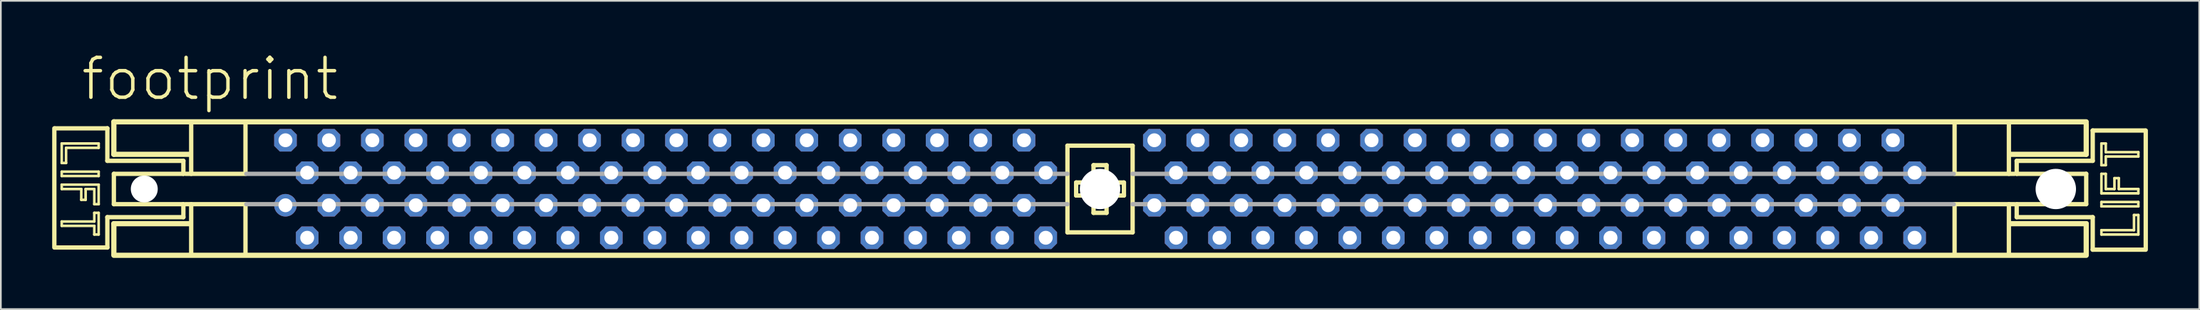
<source format=kicad_pcb>
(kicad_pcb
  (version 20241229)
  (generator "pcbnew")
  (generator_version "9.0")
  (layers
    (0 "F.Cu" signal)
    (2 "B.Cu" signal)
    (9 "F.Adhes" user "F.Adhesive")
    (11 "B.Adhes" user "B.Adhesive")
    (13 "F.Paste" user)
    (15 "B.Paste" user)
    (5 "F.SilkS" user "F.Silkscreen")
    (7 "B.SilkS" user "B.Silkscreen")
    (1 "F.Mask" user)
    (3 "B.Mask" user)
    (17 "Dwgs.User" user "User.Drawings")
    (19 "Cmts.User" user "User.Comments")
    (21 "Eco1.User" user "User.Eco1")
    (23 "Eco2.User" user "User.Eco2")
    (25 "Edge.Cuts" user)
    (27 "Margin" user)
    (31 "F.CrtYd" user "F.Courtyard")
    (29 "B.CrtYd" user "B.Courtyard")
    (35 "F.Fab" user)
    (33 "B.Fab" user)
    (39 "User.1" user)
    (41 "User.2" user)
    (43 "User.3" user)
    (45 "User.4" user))
  (footprint "footprint"
    (layer "F.Cu")
    (at 61.265 8.026)
    (property "Reference" "footprint" (at -59.69 -5.08 0) (layer "F.SilkS") (effects (font (size 2.337 2.337) (thickness 0.203)) (justify left bottom)))
    (fp_line (start -61.138 -3.556) (end -61.138 3.429) (stroke (width 0.254) (type solid)) (layer "F.SilkS"))
    (fp_line (start -61.087 -3.556) (end -58.039 -3.556) (stroke (width 0.254) (type solid)) (layer "F.SilkS"))
    (fp_line (start -60.706 -2.667) (end -60.706 -1.524) (stroke (width 0.152) (type solid)) (layer "F.SilkS"))
    (fp_line (start -60.706 -1.524) (end -60.452 -1.524) (stroke (width 0.152) (type solid)) (layer "F.SilkS"))
    (fp_line (start -60.706 -1.016) (end -60.706 -0.762) (stroke (width 0.152) (type solid)) (layer "F.SilkS"))
    (fp_line (start -60.706 -0.762) (end -58.547 -0.762) (stroke (width 0.152) (type solid)) (layer "F.SilkS"))
    (fp_line (start -60.706 -0.254) (end -58.547 -0.254) (stroke (width 0.152) (type solid)) (layer "F.SilkS"))
    (fp_line (start -60.706 0) (end -60.706 -0.254) (stroke (width 0.152) (type solid)) (layer "F.SilkS"))
    (fp_line (start -60.706 1.905) (end -58.801 1.905) (stroke (width 0.152) (type solid)) (layer "F.SilkS"))
    (fp_line (start -60.706 2.159) (end -60.706 1.905) (stroke (width 0.152) (type solid)) (layer "F.SilkS"))
    (fp_line (start -60.452 -2.413) (end -58.547 -2.413) (stroke (width 0.152) (type solid)) (layer "F.SilkS"))
    (fp_line (start -60.452 -1.524) (end -60.452 -2.413) (stroke (width 0.152) (type solid)) (layer "F.SilkS"))
    (fp_line (start -59.563 0) (end -60.706 0) (stroke (width 0.152) (type solid)) (layer "F.SilkS"))
    (fp_line (start -59.563 0.635) (end -59.563 0) (stroke (width 0.152) (type solid)) (layer "F.SilkS"))
    (fp_line (start -59.309 0) (end -59.309 0.635) (stroke (width 0.152) (type solid)) (layer "F.SilkS"))
    (fp_line (start -59.309 0.635) (end -59.563 0.635) (stroke (width 0.152) (type solid)) (layer "F.SilkS"))
    (fp_line (start -58.801 0) (end -59.309 0) (stroke (width 0.152) (type solid)) (layer "F.SilkS"))
    (fp_line (start -58.801 0.889) (end -58.801 0) (stroke (width 0.152) (type solid)) (layer "F.SilkS"))
    (fp_line (start -58.801 1.397) (end -58.547 1.397) (stroke (width 0.152) (type solid)) (layer "F.SilkS"))
    (fp_line (start -58.801 1.905) (end -58.801 1.397) (stroke (width 0.152) (type solid)) (layer "F.SilkS"))
    (fp_line (start -58.801 2.159) (end -60.706 2.159) (stroke (width 0.152) (type solid)) (layer "F.SilkS"))
    (fp_line (start -58.801 2.667) (end -58.801 2.159) (stroke (width 0.152) (type solid)) (layer "F.SilkS"))
    (fp_line (start -58.547 -2.667) (end -60.706 -2.667) (stroke (width 0.152) (type solid)) (layer "F.SilkS"))
    (fp_line (start -58.547 -2.413) (end -58.547 -2.667) (stroke (width 0.152) (type solid)) (layer "F.SilkS"))
    (fp_line (start -58.547 -1.016) (end -60.706 -1.016) (stroke (width 0.152) (type solid)) (layer "F.SilkS"))
    (fp_line (start -58.547 -0.762) (end -58.547 -1.016) (stroke (width 0.152) (type solid)) (layer "F.SilkS"))
    (fp_line (start -58.547 -0.254) (end -58.547 0.889) (stroke (width 0.152) (type solid)) (layer "F.SilkS"))
    (fp_line (start -58.547 0.889) (end -58.801 0.889) (stroke (width 0.152) (type solid)) (layer "F.SilkS"))
    (fp_line (start -58.547 1.397) (end -58.547 2.667) (stroke (width 0.152) (type solid)) (layer "F.SilkS"))
    (fp_line (start -58.547 2.667) (end -58.801 2.667) (stroke (width 0.152) (type solid)) (layer "F.SilkS"))
    (fp_line (start -58.039 -3.556) (end -58.039 -1.651) (stroke (width 0.254) (type solid)) (layer "F.SilkS"))
    (fp_line (start -58.039 -1.651) (end -53.594 -1.651) (stroke (width 0.254) (type solid)) (layer "F.SilkS"))
    (fp_line (start -58.039 1.651) (end -58.039 3.429) (stroke (width 0.254) (type solid)) (layer "F.SilkS"))
    (fp_line (start -58.039 3.429) (end -61.087 3.429) (stroke (width 0.254) (type solid)) (layer "F.SilkS"))
    (fp_line (start -57.658 -3.937) (end -57.658 -2.032) (stroke (width 0.305) (type solid)) (layer "F.SilkS"))
    (fp_line (start -57.658 -3.937) (end 57.658 -3.937) (stroke (width 0.305) (type solid)) (layer "F.SilkS"))
    (fp_line (start -57.658 -2.032) (end -53.213 -2.032) (stroke (width 0.305) (type solid)) (layer "F.SilkS"))
    (fp_line (start -57.658 -0.889) (end -57.658 0.889) (stroke (width 0.254) (type solid)) (layer "F.SilkS"))
    (fp_line (start -57.658 0.889) (end -53.594 0.889) (stroke (width 0.254) (type solid)) (layer "F.SilkS"))
    (fp_line (start -57.658 2.032) (end -57.658 3.81) (stroke (width 0.305) (type solid)) (layer "F.SilkS"))
    (fp_line (start -57.658 2.032) (end -53.213 2.032) (stroke (width 0.305) (type solid)) (layer "F.SilkS"))
    (fp_line (start -53.594 -1.651) (end -53.594 -0.889) (stroke (width 0.254) (type solid)) (layer "F.SilkS"))
    (fp_line (start -53.594 -0.889) (end -57.658 -0.889) (stroke (width 0.254) (type solid)) (layer "F.SilkS"))
    (fp_line (start -53.594 0.889) (end -53.594 1.651) (stroke (width 0.254) (type solid)) (layer "F.SilkS"))
    (fp_line (start -53.594 1.651) (end -58.039 1.651) (stroke (width 0.254) (type solid)) (layer "F.SilkS"))
    (fp_line (start -53.467 -0.889) (end -50.038 -0.889) (stroke (width 0.254) (type solid)) (layer "F.SilkS"))
    (fp_line (start -53.467 0.889) (end -50.038 0.889) (stroke (width 0.254) (type solid)) (layer "F.SilkS"))
    (fp_line (start -53.137 -3.861) (end -53.137 -0.889) (stroke (width 0.254) (type solid)) (layer "F.SilkS"))
    (fp_line (start -53.137 0.889) (end -53.137 3.81) (stroke (width 0.254) (type solid)) (layer "F.SilkS"))
    (fp_line (start -49.962 -3.861) (end -49.962 -0.889) (stroke (width 0.254) (type solid)) (layer "F.SilkS"))
    (fp_line (start -49.962 0.889) (end -49.962 3.81) (stroke (width 0.254) (type solid)) (layer "F.SilkS"))
    (fp_line (start -1.905 -2.54) (end -1.905 2.54) (stroke (width 0.254) (type solid)) (layer "F.SilkS"))
    (fp_line (start -1.905 2.54) (end 1.905 2.54) (stroke (width 0.254) (type solid)) (layer "F.SilkS"))
    (fp_line (start -1.397 -0.381) (end -1.397 0.381) (stroke (width 0.254) (type solid)) (layer "F.SilkS"))
    (fp_line (start -1.397 0.381) (end -0.381 0.381) (stroke (width 0.254) (type solid)) (layer "F.SilkS"))
    (fp_line (start -0.381 -1.397) (end -0.381 -0.381) (stroke (width 0.254) (type solid)) (layer "F.SilkS"))
    (fp_line (start -0.381 -0.381) (end -1.397 -0.381) (stroke (width 0.254) (type solid)) (layer "F.SilkS"))
    (fp_line (start -0.381 0.381) (end -0.381 1.397) (stroke (width 0.254) (type solid)) (layer "F.SilkS"))
    (fp_line (start -0.381 1.397) (end 0.381 1.397) (stroke (width 0.254) (type solid)) (layer "F.SilkS"))
    (fp_line (start 0.381 -1.397) (end -0.381 -1.397) (stroke (width 0.254) (type solid)) (layer "F.SilkS"))
    (fp_line (start 0.381 -0.381) (end 0.381 -1.397) (stroke (width 0.254) (type solid)) (layer "F.SilkS"))
    (fp_line (start 0.381 0.381) (end 1.397 0.381) (stroke (width 0.254) (type solid)) (layer "F.SilkS"))
    (fp_line (start 0.381 1.397) (end 0.381 0.381) (stroke (width 0.254) (type solid)) (layer "F.SilkS"))
    (fp_line (start 1.397 -0.381) (end 0.381 -0.381) (stroke (width 0.254) (type solid)) (layer "F.SilkS"))
    (fp_line (start 1.397 0.381) (end 1.397 -0.381) (stroke (width 0.254) (type solid)) (layer "F.SilkS"))
    (fp_line (start 1.905 -2.54) (end -1.905 -2.54) (stroke (width 0.254) (type solid)) (layer "F.SilkS"))
    (fp_line (start 1.905 2.54) (end 1.905 -2.54) (stroke (width 0.254) (type solid)) (layer "F.SilkS"))
    (fp_line (start 49.962 -3.861) (end 49.962 -0.889) (stroke (width 0.254) (type solid)) (layer "F.SilkS"))
    (fp_line (start 49.962 0.889) (end 49.962 3.81) (stroke (width 0.254) (type solid)) (layer "F.SilkS"))
    (fp_line (start 53.137 -0.889) (end 53.137 -3.81) (stroke (width 0.254) (type solid)) (layer "F.SilkS"))
    (fp_line (start 53.137 3.861) (end 53.137 0.889) (stroke (width 0.254) (type solid)) (layer "F.SilkS"))
    (fp_line (start 53.467 -0.889) (end 50.038 -0.889) (stroke (width 0.254) (type solid)) (layer "F.SilkS"))
    (fp_line (start 53.467 0.889) (end 50.038 0.889) (stroke (width 0.254) (type solid)) (layer "F.SilkS"))
    (fp_line (start 53.594 -1.651) (end 58.039 -1.651) (stroke (width 0.254) (type solid)) (layer "F.SilkS"))
    (fp_line (start 53.594 -0.889) (end 53.594 -1.651) (stroke (width 0.254) (type solid)) (layer "F.SilkS"))
    (fp_line (start 53.594 0.889) (end 57.658 0.889) (stroke (width 0.254) (type solid)) (layer "F.SilkS"))
    (fp_line (start 53.594 1.651) (end 53.594 0.889) (stroke (width 0.254) (type solid)) (layer "F.SilkS"))
    (fp_line (start 57.658 -2.032) (end 53.213 -2.032) (stroke (width 0.305) (type solid)) (layer "F.SilkS"))
    (fp_line (start 57.658 -2.032) (end 57.658 -3.81) (stroke (width 0.305) (type solid)) (layer "F.SilkS"))
    (fp_line (start 57.658 -0.889) (end 53.594 -0.889) (stroke (width 0.254) (type solid)) (layer "F.SilkS"))
    (fp_line (start 57.658 0.889) (end 57.658 -0.889) (stroke (width 0.254) (type solid)) (layer "F.SilkS"))
    (fp_line (start 57.658 2.032) (end 53.213 2.032) (stroke (width 0.305) (type solid)) (layer "F.SilkS"))
    (fp_line (start 57.658 3.81) (end 57.658 2.032) (stroke (width 0.305) (type solid)) (layer "F.SilkS"))
    (fp_line (start 57.658 3.886) (end -57.658 3.886) (stroke (width 0.305) (type solid)) (layer "F.SilkS"))
    (fp_line (start 58.039 -3.429) (end 61.087 -3.429) (stroke (width 0.254) (type solid)) (layer "F.SilkS"))
    (fp_line (start 58.039 -1.651) (end 58.039 -3.429) (stroke (width 0.254) (type solid)) (layer "F.SilkS"))
    (fp_line (start 58.039 1.651) (end 53.594 1.651) (stroke (width 0.254) (type solid)) (layer "F.SilkS"))
    (fp_line (start 58.039 3.556) (end 58.039 1.651) (stroke (width 0.254) (type solid)) (layer "F.SilkS"))
    (fp_line (start 58.547 -2.667) (end 58.801 -2.667) (stroke (width 0.152) (type solid)) (layer "F.SilkS"))
    (fp_line (start 58.547 -1.397) (end 58.547 -2.667) (stroke (width 0.152) (type solid)) (layer "F.SilkS"))
    (fp_line (start 58.547 -0.889) (end 58.801 -0.889) (stroke (width 0.152) (type solid)) (layer "F.SilkS"))
    (fp_line (start 58.547 0.254) (end 58.547 -0.889) (stroke (width 0.152) (type solid)) (layer "F.SilkS"))
    (fp_line (start 58.547 0.762) (end 58.547 1.016) (stroke (width 0.152) (type solid)) (layer "F.SilkS"))
    (fp_line (start 58.547 1.016) (end 60.706 1.016) (stroke (width 0.152) (type solid)) (layer "F.SilkS"))
    (fp_line (start 58.547 2.413) (end 58.547 2.667) (stroke (width 0.152) (type solid)) (layer "F.SilkS"))
    (fp_line (start 58.547 2.667) (end 60.706 2.667) (stroke (width 0.152) (type solid)) (layer "F.SilkS"))
    (fp_line (start 58.801 -2.667) (end 58.801 -2.159) (stroke (width 0.152) (type solid)) (layer "F.SilkS"))
    (fp_line (start 58.801 -2.159) (end 60.706 -2.159) (stroke (width 0.152) (type solid)) (layer "F.SilkS"))
    (fp_line (start 58.801 -1.905) (end 58.801 -1.397) (stroke (width 0.152) (type solid)) (layer "F.SilkS"))
    (fp_line (start 58.801 -1.397) (end 58.547 -1.397) (stroke (width 0.152) (type solid)) (layer "F.SilkS"))
    (fp_line (start 58.801 -0.889) (end 58.801 0) (stroke (width 0.152) (type solid)) (layer "F.SilkS"))
    (fp_line (start 58.801 0) (end 59.309 0) (stroke (width 0.152) (type solid)) (layer "F.SilkS"))
    (fp_line (start 59.309 -0.635) (end 59.563 -0.635) (stroke (width 0.152) (type solid)) (layer "F.SilkS"))
    (fp_line (start 59.309 0) (end 59.309 -0.635) (stroke (width 0.152) (type solid)) (layer "F.SilkS"))
    (fp_line (start 59.563 -0.635) (end 59.563 0) (stroke (width 0.152) (type solid)) (layer "F.SilkS"))
    (fp_line (start 59.563 0) (end 60.706 0) (stroke (width 0.152) (type solid)) (layer "F.SilkS"))
    (fp_line (start 60.452 1.524) (end 60.452 2.413) (stroke (width 0.152) (type solid)) (layer "F.SilkS"))
    (fp_line (start 60.452 2.413) (end 58.547 2.413) (stroke (width 0.152) (type solid)) (layer "F.SilkS"))
    (fp_line (start 60.706 -2.159) (end 60.706 -1.905) (stroke (width 0.152) (type solid)) (layer "F.SilkS"))
    (fp_line (start 60.706 -1.905) (end 58.801 -1.905) (stroke (width 0.152) (type solid)) (layer "F.SilkS"))
    (fp_line (start 60.706 0) (end 60.706 0.254) (stroke (width 0.152) (type solid)) (layer "F.SilkS"))
    (fp_line (start 60.706 0.254) (end 58.547 0.254) (stroke (width 0.152) (type solid)) (layer "F.SilkS"))
    (fp_line (start 60.706 0.762) (end 58.547 0.762) (stroke (width 0.152) (type solid)) (layer "F.SilkS"))
    (fp_line (start 60.706 1.016) (end 60.706 0.762) (stroke (width 0.152) (type solid)) (layer "F.SilkS"))
    (fp_line (start 60.706 1.524) (end 60.452 1.524) (stroke (width 0.152) (type solid)) (layer "F.SilkS"))
    (fp_line (start 60.706 2.667) (end 60.706 1.524) (stroke (width 0.152) (type solid)) (layer "F.SilkS"))
    (fp_line (start 61.087 3.556) (end 58.039 3.556) (stroke (width 0.254) (type solid)) (layer "F.SilkS"))
    (fp_line (start 61.138 3.556) (end 61.138 -3.429) (stroke (width 0.254) (type solid)) (layer "F.SilkS"))
    (fp_line (start -49.911 -0.889) (end -1.905 -0.889) (stroke (width 0.254) (type solid)) (layer "F.Fab"))
    (fp_line (start -49.911 0.889) (end -1.905 0.889) (stroke (width 0.254) (type solid)) (layer "F.Fab"))
    (fp_line (start 1.905 -0.889) (end 49.911 -0.889) (stroke (width 0.254) (type solid)) (layer "F.Fab"))
    (fp_line (start 1.905 0.889) (end 49.911 0.889) (stroke (width 0.254) (type solid)) (layer "F.Fab"))
    (pad "" np_thru_hole circle (at -55.88 0) (size 1.575 1.575) (drill 1.575) (layers "*.Cu" "*.Mask"))
    (pad "" np_thru_hole circle (at 0 0) (size 2.362 2.362) (drill 2.362) (layers "*.Cu" "*.Mask"))
    (pad "" np_thru_hole circle (at 55.88 0) (size 2.362 2.362) (drill 2.362) (layers "*.Cu" "*.Mask"))
    (pad "1" thru_hole circle (at -47.625 0.953) (size 1.321 1.321) (drill 0.813) (layers "*.Cu" "*.Mask"))
    (pad "2" thru_hole roundrect (at -46.355 2.857) (size 1.321 1.321) (drill 0.813) (layers "*.Cu" "*.Mask") (roundrect_rratio 0.25) (chamfer_ratio 0.25) (chamfer top_left top_right bottom_left bottom_right))
    (pad "3" thru_hole roundrect (at -45.085 0.953) (size 1.321 1.321) (drill 0.813) (layers "*.Cu" "*.Mask") (roundrect_rratio 0.25) (chamfer_ratio 0.25) (chamfer top_left top_right bottom_left bottom_right))
    (pad "4" thru_hole roundrect (at -43.815 2.857) (size 1.321 1.321) (drill 0.813) (layers "*.Cu" "*.Mask") (roundrect_rratio 0.25) (chamfer_ratio 0.25) (chamfer top_left top_right bottom_left bottom_right))
    (pad "5" thru_hole roundrect (at -42.545 0.953) (size 1.321 1.321) (drill 0.813) (layers "*.Cu" "*.Mask") (roundrect_rratio 0.25) (chamfer_ratio 0.25) (chamfer top_left top_right bottom_left bottom_right))
    (pad "6" thru_hole roundrect (at -41.275 2.857) (size 1.321 1.321) (drill 0.813) (layers "*.Cu" "*.Mask") (roundrect_rratio 0.25) (chamfer_ratio 0.25) (chamfer top_left top_right bottom_left bottom_right))
    (pad "7" thru_hole roundrect (at -40.005 0.953) (size 1.321 1.321) (drill 0.813) (layers "*.Cu" "*.Mask") (roundrect_rratio 0.25) (chamfer_ratio 0.25) (chamfer top_left top_right bottom_left bottom_right))
    (pad "8" thru_hole roundrect (at -38.735 2.857) (size 1.321 1.321) (drill 0.813) (layers "*.Cu" "*.Mask") (roundrect_rratio 0.25) (chamfer_ratio 0.25) (chamfer top_left top_right bottom_left bottom_right))
    (pad "9" thru_hole roundrect (at -37.465 0.953) (size 1.321 1.321) (drill 0.813) (layers "*.Cu" "*.Mask") (roundrect_rratio 0.25) (chamfer_ratio 0.25) (chamfer top_left top_right bottom_left bottom_right))
    (pad "10" thru_hole roundrect (at -36.195 2.857) (size 1.321 1.321) (drill 0.813) (layers "*.Cu" "*.Mask") (roundrect_rratio 0.25) (chamfer_ratio 0.25) (chamfer top_left top_right bottom_left bottom_right))
    (pad "11" thru_hole roundrect (at -34.925 0.953) (size 1.321 1.321) (drill 0.813) (layers "*.Cu" "*.Mask") (roundrect_rratio 0.25) (chamfer_ratio 0.25) (chamfer top_left top_right bottom_left bottom_right))
    (pad "12" thru_hole roundrect (at -33.655 2.857) (size 1.321 1.321) (drill 0.813) (layers "*.Cu" "*.Mask") (roundrect_rratio 0.25) (chamfer_ratio 0.25) (chamfer top_left top_right bottom_left bottom_right))
    (pad "13" thru_hole roundrect (at -32.385 0.953) (size 1.321 1.321) (drill 0.813) (layers "*.Cu" "*.Mask") (roundrect_rratio 0.25) (chamfer_ratio 0.25) (chamfer top_left top_right bottom_left bottom_right))
    (pad "14" thru_hole roundrect (at -31.115 2.857) (size 1.321 1.321) (drill 0.813) (layers "*.Cu" "*.Mask") (roundrect_rratio 0.25) (chamfer_ratio 0.25) (chamfer top_left top_right bottom_left bottom_right))
    (pad "15" thru_hole roundrect (at -29.845 0.953) (size 1.321 1.321) (drill 0.813) (layers "*.Cu" "*.Mask") (roundrect_rratio 0.25) (chamfer_ratio 0.25) (chamfer top_left top_right bottom_left bottom_right))
    (pad "16" thru_hole roundrect (at -28.575 2.857) (size 1.321 1.321) (drill 0.813) (layers "*.Cu" "*.Mask") (roundrect_rratio 0.25) (chamfer_ratio 0.25) (chamfer top_left top_right bottom_left bottom_right))
    (pad "17" thru_hole roundrect (at -27.305 0.953) (size 1.321 1.321) (drill 0.813) (layers "*.Cu" "*.Mask") (roundrect_rratio 0.25) (chamfer_ratio 0.25) (chamfer top_left top_right bottom_left bottom_right))
    (pad "18" thru_hole roundrect (at -26.035 2.857) (size 1.321 1.321) (drill 0.813) (layers "*.Cu" "*.Mask") (roundrect_rratio 0.25) (chamfer_ratio 0.25) (chamfer top_left top_right bottom_left bottom_right))
    (pad "19" thru_hole roundrect (at -24.765 0.953) (size 1.321 1.321) (drill 0.813) (layers "*.Cu" "*.Mask") (roundrect_rratio 0.25) (chamfer_ratio 0.25) (chamfer top_left top_right bottom_left bottom_right))
    (pad "20" thru_hole roundrect (at -23.495 2.857) (size 1.321 1.321) (drill 0.813) (layers "*.Cu" "*.Mask") (roundrect_rratio 0.25) (chamfer_ratio 0.25) (chamfer top_left top_right bottom_left bottom_right))
    (pad "21" thru_hole roundrect (at -22.225 0.953) (size 1.321 1.321) (drill 0.813) (layers "*.Cu" "*.Mask") (roundrect_rratio 0.25) (chamfer_ratio 0.25) (chamfer top_left top_right bottom_left bottom_right))
    (pad "22" thru_hole roundrect (at -20.955 2.857) (size 1.321 1.321) (drill 0.813) (layers "*.Cu" "*.Mask") (roundrect_rratio 0.25) (chamfer_ratio 0.25) (chamfer top_left top_right bottom_left bottom_right))
    (pad "23" thru_hole roundrect (at -19.685 0.953) (size 1.321 1.321) (drill 0.813) (layers "*.Cu" "*.Mask") (roundrect_rratio 0.25) (chamfer_ratio 0.25) (chamfer top_left top_right bottom_left bottom_right))
    (pad "24" thru_hole roundrect (at -18.415 2.857) (size 1.321 1.321) (drill 0.813) (layers "*.Cu" "*.Mask") (roundrect_rratio 0.25) (chamfer_ratio 0.25) (chamfer top_left top_right bottom_left bottom_right))
    (pad "25" thru_hole roundrect (at -17.145 0.953) (size 1.321 1.321) (drill 0.813) (layers "*.Cu" "*.Mask") (roundrect_rratio 0.25) (chamfer_ratio 0.25) (chamfer top_left top_right bottom_left bottom_right))
    (pad "26" thru_hole roundrect (at -15.875 2.857) (size 1.321 1.321) (drill 0.813) (layers "*.Cu" "*.Mask") (roundrect_rratio 0.25) (chamfer_ratio 0.25) (chamfer top_left top_right bottom_left bottom_right))
    (pad "27" thru_hole roundrect (at -14.605 0.953) (size 1.321 1.321) (drill 0.813) (layers "*.Cu" "*.Mask") (roundrect_rratio 0.25) (chamfer_ratio 0.25) (chamfer top_left top_right bottom_left bottom_right))
    (pad "28" thru_hole roundrect (at -13.335 2.857) (size 1.321 1.321) (drill 0.813) (layers "*.Cu" "*.Mask") (roundrect_rratio 0.25) (chamfer_ratio 0.25) (chamfer top_left top_right bottom_left bottom_right))
    (pad "29" thru_hole roundrect (at -12.065 0.953) (size 1.321 1.321) (drill 0.813) (layers "*.Cu" "*.Mask") (roundrect_rratio 0.25) (chamfer_ratio 0.25) (chamfer top_left top_right bottom_left bottom_right))
    (pad "30" thru_hole roundrect (at -10.795 2.857) (size 1.321 1.321) (drill 0.813) (layers "*.Cu" "*.Mask") (roundrect_rratio 0.25) (chamfer_ratio 0.25) (chamfer top_left top_right bottom_left bottom_right))
    (pad "31" thru_hole roundrect (at -9.525 0.953) (size 1.321 1.321) (drill 0.813) (layers "*.Cu" "*.Mask") (roundrect_rratio 0.25) (chamfer_ratio 0.25) (chamfer top_left top_right bottom_left bottom_right))
    (pad "32" thru_hole roundrect (at -8.255 2.857) (size 1.321 1.321) (drill 0.813) (layers "*.Cu" "*.Mask") (roundrect_rratio 0.25) (chamfer_ratio 0.25) (chamfer top_left top_right bottom_left bottom_right))
    (pad "33" thru_hole roundrect (at -6.985 0.953) (size 1.321 1.321) (drill 0.813) (layers "*.Cu" "*.Mask") (roundrect_rratio 0.25) (chamfer_ratio 0.25) (chamfer top_left top_right bottom_left bottom_right))
    (pad "34" thru_hole roundrect (at -5.715 2.857) (size 1.321 1.321) (drill 0.813) (layers "*.Cu" "*.Mask") (roundrect_rratio 0.25) (chamfer_ratio 0.25) (chamfer top_left top_right bottom_left bottom_right))
    (pad "35" thru_hole roundrect (at -4.445 0.953) (size 1.321 1.321) (drill 0.813) (layers "*.Cu" "*.Mask") (roundrect_rratio 0.25) (chamfer_ratio 0.25) (chamfer top_left top_right bottom_left bottom_right))
    (pad "36" thru_hole roundrect (at -3.175 2.857) (size 1.321 1.321) (drill 0.813) (layers "*.Cu" "*.Mask") (roundrect_rratio 0.25) (chamfer_ratio 0.25) (chamfer top_left top_right bottom_left bottom_right))
    (pad "37" thru_hole roundrect (at 3.175 0.953) (size 1.321 1.321) (drill 0.813) (layers "*.Cu" "*.Mask") (roundrect_rratio 0.25) (chamfer_ratio 0.25) (chamfer top_left top_right bottom_left bottom_right))
    (pad "38" thru_hole roundrect (at 4.445 2.857) (size 1.321 1.321) (drill 0.813) (layers "*.Cu" "*.Mask") (roundrect_rratio 0.25) (chamfer_ratio 0.25) (chamfer top_left top_right bottom_left bottom_right))
    (pad "39" thru_hole roundrect (at 5.715 0.953) (size 1.321 1.321) (drill 0.813) (layers "*.Cu" "*.Mask") (roundrect_rratio 0.25) (chamfer_ratio 0.25) (chamfer top_left top_right bottom_left bottom_right))
    (pad "40" thru_hole roundrect (at 6.985 2.857) (size 1.321 1.321) (drill 0.813) (layers "*.Cu" "*.Mask") (roundrect_rratio 0.25) (chamfer_ratio 0.25) (chamfer top_left top_right bottom_left bottom_right))
    (pad "41" thru_hole roundrect (at 8.255 0.953) (size 1.321 1.321) (drill 0.813) (layers "*.Cu" "*.Mask") (roundrect_rratio 0.25) (chamfer_ratio 0.25) (chamfer top_left top_right bottom_left bottom_right))
    (pad "42" thru_hole roundrect (at 9.525 2.857) (size 1.321 1.321) (drill 0.813) (layers "*.Cu" "*.Mask") (roundrect_rratio 0.25) (chamfer_ratio 0.25) (chamfer top_left top_right bottom_left bottom_right))
    (pad "43" thru_hole roundrect (at 10.795 0.953) (size 1.321 1.321) (drill 0.813) (layers "*.Cu" "*.Mask") (roundrect_rratio 0.25) (chamfer_ratio 0.25) (chamfer top_left top_right bottom_left bottom_right))
    (pad "44" thru_hole roundrect (at 12.065 2.857) (size 1.321 1.321) (drill 0.813) (layers "*.Cu" "*.Mask") (roundrect_rratio 0.25) (chamfer_ratio 0.25) (chamfer top_left top_right bottom_left bottom_right))
    (pad "45" thru_hole roundrect (at 13.335 0.953) (size 1.321 1.321) (drill 0.813) (layers "*.Cu" "*.Mask") (roundrect_rratio 0.25) (chamfer_ratio 0.25) (chamfer top_left top_right bottom_left bottom_right))
    (pad "46" thru_hole roundrect (at 14.605 2.857) (size 1.321 1.321) (drill 0.813) (layers "*.Cu" "*.Mask") (roundrect_rratio 0.25) (chamfer_ratio 0.25) (chamfer top_left top_right bottom_left bottom_right))
    (pad "47" thru_hole roundrect (at 15.875 0.953) (size 1.321 1.321) (drill 0.813) (layers "*.Cu" "*.Mask") (roundrect_rratio 0.25) (chamfer_ratio 0.25) (chamfer top_left top_right bottom_left bottom_right))
    (pad "48" thru_hole roundrect (at 17.145 2.857) (size 1.321 1.321) (drill 0.813) (layers "*.Cu" "*.Mask") (roundrect_rratio 0.25) (chamfer_ratio 0.25) (chamfer top_left top_right bottom_left bottom_right))
    (pad "49" thru_hole roundrect (at 18.415 0.953) (size 1.321 1.321) (drill 0.813) (layers "*.Cu" "*.Mask") (roundrect_rratio 0.25) (chamfer_ratio 0.25) (chamfer top_left top_right bottom_left bottom_right))
    (pad "50" thru_hole roundrect (at 19.685 2.857) (size 1.321 1.321) (drill 0.813) (layers "*.Cu" "*.Mask") (roundrect_rratio 0.25) (chamfer_ratio 0.25) (chamfer top_left top_right bottom_left bottom_right))
    (pad "51" thru_hole roundrect (at 20.955 0.953) (size 1.321 1.321) (drill 0.813) (layers "*.Cu" "*.Mask") (roundrect_rratio 0.25) (chamfer_ratio 0.25) (chamfer top_left top_right bottom_left bottom_right))
    (pad "52" thru_hole roundrect (at 22.225 2.857) (size 1.321 1.321) (drill 0.813) (layers "*.Cu" "*.Mask") (roundrect_rratio 0.25) (chamfer_ratio 0.25) (chamfer top_left top_right bottom_left bottom_right))
    (pad "53" thru_hole roundrect (at 23.495 0.953) (size 1.321 1.321) (drill 0.813) (layers "*.Cu" "*.Mask") (roundrect_rratio 0.25) (chamfer_ratio 0.25) (chamfer top_left top_right bottom_left bottom_right))
    (pad "54" thru_hole roundrect (at 24.765 2.857) (size 1.321 1.321) (drill 0.813) (layers "*.Cu" "*.Mask") (roundrect_rratio 0.25) (chamfer_ratio 0.25) (chamfer top_left top_right bottom_left bottom_right))
    (pad "55" thru_hole roundrect (at 26.035 0.953) (size 1.321 1.321) (drill 0.813) (layers "*.Cu" "*.Mask") (roundrect_rratio 0.25) (chamfer_ratio 0.25) (chamfer top_left top_right bottom_left bottom_right))
    (pad "56" thru_hole roundrect (at 27.305 2.857) (size 1.321 1.321) (drill 0.813) (layers "*.Cu" "*.Mask") (roundrect_rratio 0.25) (chamfer_ratio 0.25) (chamfer top_left top_right bottom_left bottom_right))
    (pad "57" thru_hole roundrect (at 28.575 0.953) (size 1.321 1.321) (drill 0.813) (layers "*.Cu" "*.Mask") (roundrect_rratio 0.25) (chamfer_ratio 0.25) (chamfer top_left top_right bottom_left bottom_right))
    (pad "58" thru_hole roundrect (at 29.845 2.857) (size 1.321 1.321) (drill 0.813) (layers "*.Cu" "*.Mask") (roundrect_rratio 0.25) (chamfer_ratio 0.25) (chamfer top_left top_right bottom_left bottom_right))
    (pad "59" thru_hole roundrect (at 31.115 0.953) (size 1.321 1.321) (drill 0.813) (layers "*.Cu" "*.Mask") (roundrect_rratio 0.25) (chamfer_ratio 0.25) (chamfer top_left top_right bottom_left bottom_right))
    (pad "60" thru_hole roundrect (at 32.385 2.857) (size 1.321 1.321) (drill 0.813) (layers "*.Cu" "*.Mask") (roundrect_rratio 0.25) (chamfer_ratio 0.25) (chamfer top_left top_right bottom_left bottom_right))
    (pad "61" thru_hole roundrect (at 33.655 0.953) (size 1.321 1.321) (drill 0.813) (layers "*.Cu" "*.Mask") (roundrect_rratio 0.25) (chamfer_ratio 0.25) (chamfer top_left top_right bottom_left bottom_right))
    (pad "62" thru_hole roundrect (at 34.925 2.857) (size 1.321 1.321) (drill 0.813) (layers "*.Cu" "*.Mask") (roundrect_rratio 0.25) (chamfer_ratio 0.25) (chamfer top_left top_right bottom_left bottom_right))
    (pad "63" thru_hole roundrect (at 36.195 0.953) (size 1.321 1.321) (drill 0.813) (layers "*.Cu" "*.Mask") (roundrect_rratio 0.25) (chamfer_ratio 0.25) (chamfer top_left top_right bottom_left bottom_right))
    (pad "64" thru_hole roundrect (at 37.465 2.857) (size 1.321 1.321) (drill 0.813) (layers "*.Cu" "*.Mask") (roundrect_rratio 0.25) (chamfer_ratio 0.25) (chamfer top_left top_right bottom_left bottom_right))
    (pad "65" thru_hole roundrect (at 38.735 0.953) (size 1.321 1.321) (drill 0.813) (layers "*.Cu" "*.Mask") (roundrect_rratio 0.25) (chamfer_ratio 0.25) (chamfer top_left top_right bottom_left bottom_right))
    (pad "66" thru_hole roundrect (at 40.005 2.857) (size 1.321 1.321) (drill 0.813) (layers "*.Cu" "*.Mask") (roundrect_rratio 0.25) (chamfer_ratio 0.25) (chamfer top_left top_right bottom_left bottom_right))
    (pad "67" thru_hole roundrect (at 41.275 0.953) (size 1.321 1.321) (drill 0.813) (layers "*.Cu" "*.Mask") (roundrect_rratio 0.25) (chamfer_ratio 0.25) (chamfer top_left top_right bottom_left bottom_right))
    (pad "68" thru_hole roundrect (at 42.545 2.857) (size 1.321 1.321) (drill 0.813) (layers "*.Cu" "*.Mask") (roundrect_rratio 0.25) (chamfer_ratio 0.25) (chamfer top_left top_right bottom_left bottom_right))
    (pad "69" thru_hole roundrect (at 43.815 0.953) (size 1.321 1.321) (drill 0.813) (layers "*.Cu" "*.Mask") (roundrect_rratio 0.25) (chamfer_ratio 0.25) (chamfer top_left top_right bottom_left bottom_right))
    (pad "70" thru_hole roundrect (at 45.085 2.857) (size 1.321 1.321) (drill 0.813) (layers "*.Cu" "*.Mask") (roundrect_rratio 0.25) (chamfer_ratio 0.25) (chamfer top_left top_right bottom_left bottom_right))
    (pad "71" thru_hole roundrect (at 46.355 0.953) (size 1.321 1.321) (drill 0.813) (layers "*.Cu" "*.Mask") (roundrect_rratio 0.25) (chamfer_ratio 0.25) (chamfer top_left top_right bottom_left bottom_right))
    (pad "72" thru_hole roundrect (at 47.625 2.857) (size 1.321 1.321) (drill 0.813) (layers "*.Cu" "*.Mask") (roundrect_rratio 0.25) (chamfer_ratio 0.25) (chamfer top_left top_right bottom_left bottom_right))
    (pad "73" thru_hole roundrect (at -47.625 -2.857) (size 1.321 1.321) (drill 0.813) (layers "*.Cu" "*.Mask") (roundrect_rratio 0.25) (chamfer_ratio 0.25) (chamfer top_left top_right bottom_left bottom_right))
    (pad "74" thru_hole roundrect (at -46.355 -0.953) (size 1.321 1.321) (drill 0.813) (layers "*.Cu" "*.Mask") (roundrect_rratio 0.25) (chamfer_ratio 0.25) (chamfer top_left top_right bottom_left bottom_right))
    (pad "75" thru_hole roundrect (at -45.085 -2.857) (size 1.321 1.321) (drill 0.813) (layers "*.Cu" "*.Mask") (roundrect_rratio 0.25) (chamfer_ratio 0.25) (chamfer top_left top_right bottom_left bottom_right))
    (pad "76" thru_hole roundrect (at -43.815 -0.953) (size 1.321 1.321) (drill 0.813) (layers "*.Cu" "*.Mask") (roundrect_rratio 0.25) (chamfer_ratio 0.25) (chamfer top_left top_right bottom_left bottom_right))
    (pad "77" thru_hole roundrect (at -42.545 -2.857) (size 1.321 1.321) (drill 0.813) (layers "*.Cu" "*.Mask") (roundrect_rratio 0.25) (chamfer_ratio 0.25) (chamfer top_left top_right bottom_left bottom_right))
    (pad "78" thru_hole roundrect (at -41.275 -0.953) (size 1.321 1.321) (drill 0.813) (layers "*.Cu" "*.Mask") (roundrect_rratio 0.25) (chamfer_ratio 0.25) (chamfer top_left top_right bottom_left bottom_right))
    (pad "79" thru_hole roundrect (at -40.005 -2.857) (size 1.321 1.321) (drill 0.813) (layers "*.Cu" "*.Mask") (roundrect_rratio 0.25) (chamfer_ratio 0.25) (chamfer top_left top_right bottom_left bottom_right))
    (pad "80" thru_hole roundrect (at -38.735 -0.953) (size 1.321 1.321) (drill 0.813) (layers "*.Cu" "*.Mask") (roundrect_rratio 0.25) (chamfer_ratio 0.25) (chamfer top_left top_right bottom_left bottom_right))
    (pad "81" thru_hole roundrect (at -37.465 -2.857) (size 1.321 1.321) (drill 0.813) (layers "*.Cu" "*.Mask") (roundrect_rratio 0.25) (chamfer_ratio 0.25) (chamfer top_left top_right bottom_left bottom_right))
    (pad "82" thru_hole roundrect (at -36.195 -0.953) (size 1.321 1.321) (drill 0.813) (layers "*.Cu" "*.Mask") (roundrect_rratio 0.25) (chamfer_ratio 0.25) (chamfer top_left top_right bottom_left bottom_right))
    (pad "83" thru_hole roundrect (at -34.925 -2.857) (size 1.321 1.321) (drill 0.813) (layers "*.Cu" "*.Mask") (roundrect_rratio 0.25) (chamfer_ratio 0.25) (chamfer top_left top_right bottom_left bottom_right))
    (pad "84" thru_hole roundrect (at -33.655 -0.953) (size 1.321 1.321) (drill 0.813) (layers "*.Cu" "*.Mask") (roundrect_rratio 0.25) (chamfer_ratio 0.25) (chamfer top_left top_right bottom_left bottom_right))
    (pad "85" thru_hole roundrect (at -32.385 -2.857) (size 1.321 1.321) (drill 0.813) (layers "*.Cu" "*.Mask") (roundrect_rratio 0.25) (chamfer_ratio 0.25) (chamfer top_left top_right bottom_left bottom_right))
    (pad "86" thru_hole roundrect (at -31.115 -0.953) (size 1.321 1.321) (drill 0.813) (layers "*.Cu" "*.Mask") (roundrect_rratio 0.25) (chamfer_ratio 0.25) (chamfer top_left top_right bottom_left bottom_right))
    (pad "87" thru_hole roundrect (at -29.845 -2.857) (size 1.321 1.321) (drill 0.813) (layers "*.Cu" "*.Mask") (roundrect_rratio 0.25) (chamfer_ratio 0.25) (chamfer top_left top_right bottom_left bottom_right))
    (pad "88" thru_hole roundrect (at -28.575 -0.953) (size 1.321 1.321) (drill 0.813) (layers "*.Cu" "*.Mask") (roundrect_rratio 0.25) (chamfer_ratio 0.25) (chamfer top_left top_right bottom_left bottom_right))
    (pad "89" thru_hole roundrect (at -27.305 -2.857) (size 1.321 1.321) (drill 0.813) (layers "*.Cu" "*.Mask") (roundrect_rratio 0.25) (chamfer_ratio 0.25) (chamfer top_left top_right bottom_left bottom_right))
    (pad "90" thru_hole roundrect (at -26.035 -0.953) (size 1.321 1.321) (drill 0.813) (layers "*.Cu" "*.Mask") (roundrect_rratio 0.25) (chamfer_ratio 0.25) (chamfer top_left top_right bottom_left bottom_right))
    (pad "91" thru_hole roundrect (at -24.765 -2.857) (size 1.321 1.321) (drill 0.813) (layers "*.Cu" "*.Mask") (roundrect_rratio 0.25) (chamfer_ratio 0.25) (chamfer top_left top_right bottom_left bottom_right))
    (pad "92" thru_hole roundrect (at -23.495 -0.953) (size 1.321 1.321) (drill 0.813) (layers "*.Cu" "*.Mask") (roundrect_rratio 0.25) (chamfer_ratio 0.25) (chamfer top_left top_right bottom_left bottom_right))
    (pad "93" thru_hole roundrect (at -22.225 -2.857) (size 1.321 1.321) (drill 0.813) (layers "*.Cu" "*.Mask") (roundrect_rratio 0.25) (chamfer_ratio 0.25) (chamfer top_left top_right bottom_left bottom_right))
    (pad "94" thru_hole roundrect (at -20.955 -0.953) (size 1.321 1.321) (drill 0.813) (layers "*.Cu" "*.Mask") (roundrect_rratio 0.25) (chamfer_ratio 0.25) (chamfer top_left top_right bottom_left bottom_right))
    (pad "95" thru_hole roundrect (at -19.685 -2.857) (size 1.321 1.321) (drill 0.813) (layers "*.Cu" "*.Mask") (roundrect_rratio 0.25) (chamfer_ratio 0.25) (chamfer top_left top_right bottom_left bottom_right))
    (pad "96" thru_hole roundrect (at -18.415 -0.953) (size 1.321 1.321) (drill 0.813) (layers "*.Cu" "*.Mask") (roundrect_rratio 0.25) (chamfer_ratio 0.25) (chamfer top_left top_right bottom_left bottom_right))
    (pad "97" thru_hole roundrect (at -17.145 -2.857) (size 1.321 1.321) (drill 0.813) (layers "*.Cu" "*.Mask") (roundrect_rratio 0.25) (chamfer_ratio 0.25) (chamfer top_left top_right bottom_left bottom_right))
    (pad "98" thru_hole roundrect (at -15.875 -0.953) (size 1.321 1.321) (drill 0.813) (layers "*.Cu" "*.Mask") (roundrect_rratio 0.25) (chamfer_ratio 0.25) (chamfer top_left top_right bottom_left bottom_right))
    (pad "99" thru_hole roundrect (at -14.605 -2.857) (size 1.321 1.321) (drill 0.813) (layers "*.Cu" "*.Mask") (roundrect_rratio 0.25) (chamfer_ratio 0.25) (chamfer top_left top_right bottom_left bottom_right))
    (pad "100" thru_hole roundrect (at -13.335 -0.953) (size 1.321 1.321) (drill 0.813) (layers "*.Cu" "*.Mask") (roundrect_rratio 0.25) (chamfer_ratio 0.25) (chamfer top_left top_right bottom_left bottom_right))
    (pad "101" thru_hole roundrect (at -12.065 -2.857) (size 1.321 1.321) (drill 0.813) (layers "*.Cu" "*.Mask") (roundrect_rratio 0.25) (chamfer_ratio 0.25) (chamfer top_left top_right bottom_left bottom_right))
    (pad "102" thru_hole roundrect (at -10.795 -0.953) (size 1.321 1.321) (drill 0.813) (layers "*.Cu" "*.Mask") (roundrect_rratio 0.25) (chamfer_ratio 0.25) (chamfer top_left top_right bottom_left bottom_right))
    (pad "103" thru_hole roundrect (at -9.525 -2.857) (size 1.321 1.321) (drill 0.813) (layers "*.Cu" "*.Mask") (roundrect_rratio 0.25) (chamfer_ratio 0.25) (chamfer top_left top_right bottom_left bottom_right))
    (pad "104" thru_hole roundrect (at -8.255 -0.953) (size 1.321 1.321) (drill 0.813) (layers "*.Cu" "*.Mask") (roundrect_rratio 0.25) (chamfer_ratio 0.25) (chamfer top_left top_right bottom_left bottom_right))
    (pad "105" thru_hole roundrect (at -6.985 -2.857) (size 1.321 1.321) (drill 0.813) (layers "*.Cu" "*.Mask") (roundrect_rratio 0.25) (chamfer_ratio 0.25) (chamfer top_left top_right bottom_left bottom_right))
    (pad "106" thru_hole roundrect (at -5.715 -0.953) (size 1.321 1.321) (drill 0.813) (layers "*.Cu" "*.Mask") (roundrect_rratio 0.25) (chamfer_ratio 0.25) (chamfer top_left top_right bottom_left bottom_right))
    (pad "107" thru_hole roundrect (at -4.445 -2.857) (size 1.321 1.321) (drill 0.813) (layers "*.Cu" "*.Mask") (roundrect_rratio 0.25) (chamfer_ratio 0.25) (chamfer top_left top_right bottom_left bottom_right))
    (pad "108" thru_hole roundrect (at -3.175 -0.953) (size 1.321 1.321) (drill 0.813) (layers "*.Cu" "*.Mask") (roundrect_rratio 0.25) (chamfer_ratio 0.25) (chamfer top_left top_right bottom_left bottom_right))
    (pad "109" thru_hole roundrect (at 3.175 -2.857) (size 1.321 1.321) (drill 0.813) (layers "*.Cu" "*.Mask") (roundrect_rratio 0.25) (chamfer_ratio 0.25) (chamfer top_left top_right bottom_left bottom_right))
    (pad "110" thru_hole roundrect (at 4.445 -0.953) (size 1.321 1.321) (drill 0.813) (layers "*.Cu" "*.Mask") (roundrect_rratio 0.25) (chamfer_ratio 0.25) (chamfer top_left top_right bottom_left bottom_right))
    (pad "111" thru_hole roundrect (at 5.715 -2.857) (size 1.321 1.321) (drill 0.813) (layers "*.Cu" "*.Mask") (roundrect_rratio 0.25) (chamfer_ratio 0.25) (chamfer top_left top_right bottom_left bottom_right))
    (pad "112" thru_hole roundrect (at 6.985 -0.953) (size 1.321 1.321) (drill 0.813) (layers "*.Cu" "*.Mask") (roundrect_rratio 0.25) (chamfer_ratio 0.25) (chamfer top_left top_right bottom_left bottom_right))
    (pad "113" thru_hole roundrect (at 8.255 -2.857) (size 1.321 1.321) (drill 0.813) (layers "*.Cu" "*.Mask") (roundrect_rratio 0.25) (chamfer_ratio 0.25) (chamfer top_left top_right bottom_left bottom_right))
    (pad "114" thru_hole roundrect (at 9.525 -0.953) (size 1.321 1.321) (drill 0.813) (layers "*.Cu" "*.Mask") (roundrect_rratio 0.25) (chamfer_ratio 0.25) (chamfer top_left top_right bottom_left bottom_right))
    (pad "115" thru_hole roundrect (at 10.795 -2.857) (size 1.321 1.321) (drill 0.813) (layers "*.Cu" "*.Mask") (roundrect_rratio 0.25) (chamfer_ratio 0.25) (chamfer top_left top_right bottom_left bottom_right))
    (pad "116" thru_hole roundrect (at 12.065 -0.953) (size 1.321 1.321) (drill 0.813) (layers "*.Cu" "*.Mask") (roundrect_rratio 0.25) (chamfer_ratio 0.25) (chamfer top_left top_right bottom_left bottom_right))
    (pad "117" thru_hole roundrect (at 13.335 -2.857) (size 1.321 1.321) (drill 0.813) (layers "*.Cu" "*.Mask") (roundrect_rratio 0.25) (chamfer_ratio 0.25) (chamfer top_left top_right bottom_left bottom_right))
    (pad "118" thru_hole roundrect (at 14.605 -0.953) (size 1.321 1.321) (drill 0.813) (layers "*.Cu" "*.Mask") (roundrect_rratio 0.25) (chamfer_ratio 0.25) (chamfer top_left top_right bottom_left bottom_right))
    (pad "119" thru_hole roundrect (at 15.875 -2.857) (size 1.321 1.321) (drill 0.813) (layers "*.Cu" "*.Mask") (roundrect_rratio 0.25) (chamfer_ratio 0.25) (chamfer top_left top_right bottom_left bottom_right))
    (pad "120" thru_hole roundrect (at 17.145 -0.953) (size 1.321 1.321) (drill 0.813) (layers "*.Cu" "*.Mask") (roundrect_rratio 0.25) (chamfer_ratio 0.25) (chamfer top_left top_right bottom_left bottom_right))
    (pad "121" thru_hole roundrect (at 18.415 -2.857) (size 1.321 1.321) (drill 0.813) (layers "*.Cu" "*.Mask") (roundrect_rratio 0.25) (chamfer_ratio 0.25) (chamfer top_left top_right bottom_left bottom_right))
    (pad "122" thru_hole roundrect (at 19.685 -0.953) (size 1.321 1.321) (drill 0.813) (layers "*.Cu" "*.Mask") (roundrect_rratio 0.25) (chamfer_ratio 0.25) (chamfer top_left top_right bottom_left bottom_right))
    (pad "123" thru_hole roundrect (at 20.955 -2.857) (size 1.321 1.321) (drill 0.813) (layers "*.Cu" "*.Mask") (roundrect_rratio 0.25) (chamfer_ratio 0.25) (chamfer top_left top_right bottom_left bottom_right))
    (pad "124" thru_hole roundrect (at 22.225 -0.953) (size 1.321 1.321) (drill 0.813) (layers "*.Cu" "*.Mask") (roundrect_rratio 0.25) (chamfer_ratio 0.25) (chamfer top_left top_right bottom_left bottom_right))
    (pad "125" thru_hole roundrect (at 23.495 -2.857) (size 1.321 1.321) (drill 0.813) (layers "*.Cu" "*.Mask") (roundrect_rratio 0.25) (chamfer_ratio 0.25) (chamfer top_left top_right bottom_left bottom_right))
    (pad "126" thru_hole roundrect (at 24.765 -0.953) (size 1.321 1.321) (drill 0.813) (layers "*.Cu" "*.Mask") (roundrect_rratio 0.25) (chamfer_ratio 0.25) (chamfer top_left top_right bottom_left bottom_right))
    (pad "127" thru_hole roundrect (at 26.035 -2.857) (size 1.321 1.321) (drill 0.813) (layers "*.Cu" "*.Mask") (roundrect_rratio 0.25) (chamfer_ratio 0.25) (chamfer top_left top_right bottom_left bottom_right))
    (pad "128" thru_hole roundrect (at 27.305 -0.953) (size 1.321 1.321) (drill 0.813) (layers "*.Cu" "*.Mask") (roundrect_rratio 0.25) (chamfer_ratio 0.25) (chamfer top_left top_right bottom_left bottom_right))
    (pad "129" thru_hole roundrect (at 28.575 -2.857) (size 1.321 1.321) (drill 0.813) (layers "*.Cu" "*.Mask") (roundrect_rratio 0.25) (chamfer_ratio 0.25) (chamfer top_left top_right bottom_left bottom_right))
    (pad "130" thru_hole roundrect (at 29.845 -0.953) (size 1.321 1.321) (drill 0.813) (layers "*.Cu" "*.Mask") (roundrect_rratio 0.25) (chamfer_ratio 0.25) (chamfer top_left top_right bottom_left bottom_right))
    (pad "131" thru_hole roundrect (at 31.115 -2.857) (size 1.321 1.321) (drill 0.813) (layers "*.Cu" "*.Mask") (roundrect_rratio 0.25) (chamfer_ratio 0.25) (chamfer top_left top_right bottom_left bottom_right))
    (pad "132" thru_hole roundrect (at 32.385 -0.953) (size 1.321 1.321) (drill 0.813) (layers "*.Cu" "*.Mask") (roundrect_rratio 0.25) (chamfer_ratio 0.25) (chamfer top_left top_right bottom_left bottom_right))
    (pad "133" thru_hole roundrect (at 33.655 -2.857) (size 1.321 1.321) (drill 0.813) (layers "*.Cu" "*.Mask") (roundrect_rratio 0.25) (chamfer_ratio 0.25) (chamfer top_left top_right bottom_left bottom_right))
    (pad "134" thru_hole roundrect (at 34.925 -0.953) (size 1.321 1.321) (drill 0.813) (layers "*.Cu" "*.Mask") (roundrect_rratio 0.25) (chamfer_ratio 0.25) (chamfer top_left top_right bottom_left bottom_right))
    (pad "135" thru_hole roundrect (at 36.195 -2.857) (size 1.321 1.321) (drill 0.813) (layers "*.Cu" "*.Mask") (roundrect_rratio 0.25) (chamfer_ratio 0.25) (chamfer top_left top_right bottom_left bottom_right))
    (pad "136" thru_hole roundrect (at 37.465 -0.953) (size 1.321 1.321) (drill 0.813) (layers "*.Cu" "*.Mask") (roundrect_rratio 0.25) (chamfer_ratio 0.25) (chamfer top_left top_right bottom_left bottom_right))
    (pad "137" thru_hole roundrect (at 38.735 -2.857) (size 1.321 1.321) (drill 0.813) (layers "*.Cu" "*.Mask") (roundrect_rratio 0.25) (chamfer_ratio 0.25) (chamfer top_left top_right bottom_left bottom_right))
    (pad "138" thru_hole roundrect (at 40.005 -0.953) (size 1.321 1.321) (drill 0.813) (layers "*.Cu" "*.Mask") (roundrect_rratio 0.25) (chamfer_ratio 0.25) (chamfer top_left top_right bottom_left bottom_right))
    (pad "139" thru_hole roundrect (at 41.275 -2.857) (size 1.321 1.321) (drill 0.813) (layers "*.Cu" "*.Mask") (roundrect_rratio 0.25) (chamfer_ratio 0.25) (chamfer top_left top_right bottom_left bottom_right))
    (pad "140" thru_hole roundrect (at 42.545 -0.953) (size 1.321 1.321) (drill 0.813) (layers "*.Cu" "*.Mask") (roundrect_rratio 0.25) (chamfer_ratio 0.25) (chamfer top_left top_right bottom_left bottom_right))
    (pad "141" thru_hole roundrect (at 43.815 -2.857) (size 1.321 1.321) (drill 0.813) (layers "*.Cu" "*.Mask") (roundrect_rratio 0.25) (chamfer_ratio 0.25) (chamfer top_left top_right bottom_left bottom_right))
    (pad "142" thru_hole roundrect (at 45.085 -0.953) (size 1.321 1.321) (drill 0.813) (layers "*.Cu" "*.Mask") (roundrect_rratio 0.25) (chamfer_ratio 0.25) (chamfer top_left top_right bottom_left bottom_right))
    (pad "143" thru_hole roundrect (at 46.355 -2.857) (size 1.321 1.321) (drill 0.813) (layers "*.Cu" "*.Mask") (roundrect_rratio 0.25) (chamfer_ratio 0.25) (chamfer top_left top_right bottom_left bottom_right))
    (pad "144" thru_hole roundrect (at 47.625 -0.953) (size 1.321 1.321) (drill 0.813) (layers "*.Cu" "*.Mask") (roundrect_rratio 0.25) (chamfer_ratio 0.25) (chamfer top_left top_right bottom_left bottom_right)))
  (gr_rect
    (start -3 -3)
    (end 125.53 15.065)
    (stroke (width 0.1) (type default))
    (fill no)
    (layer "Edge.Cuts")))
</source>
